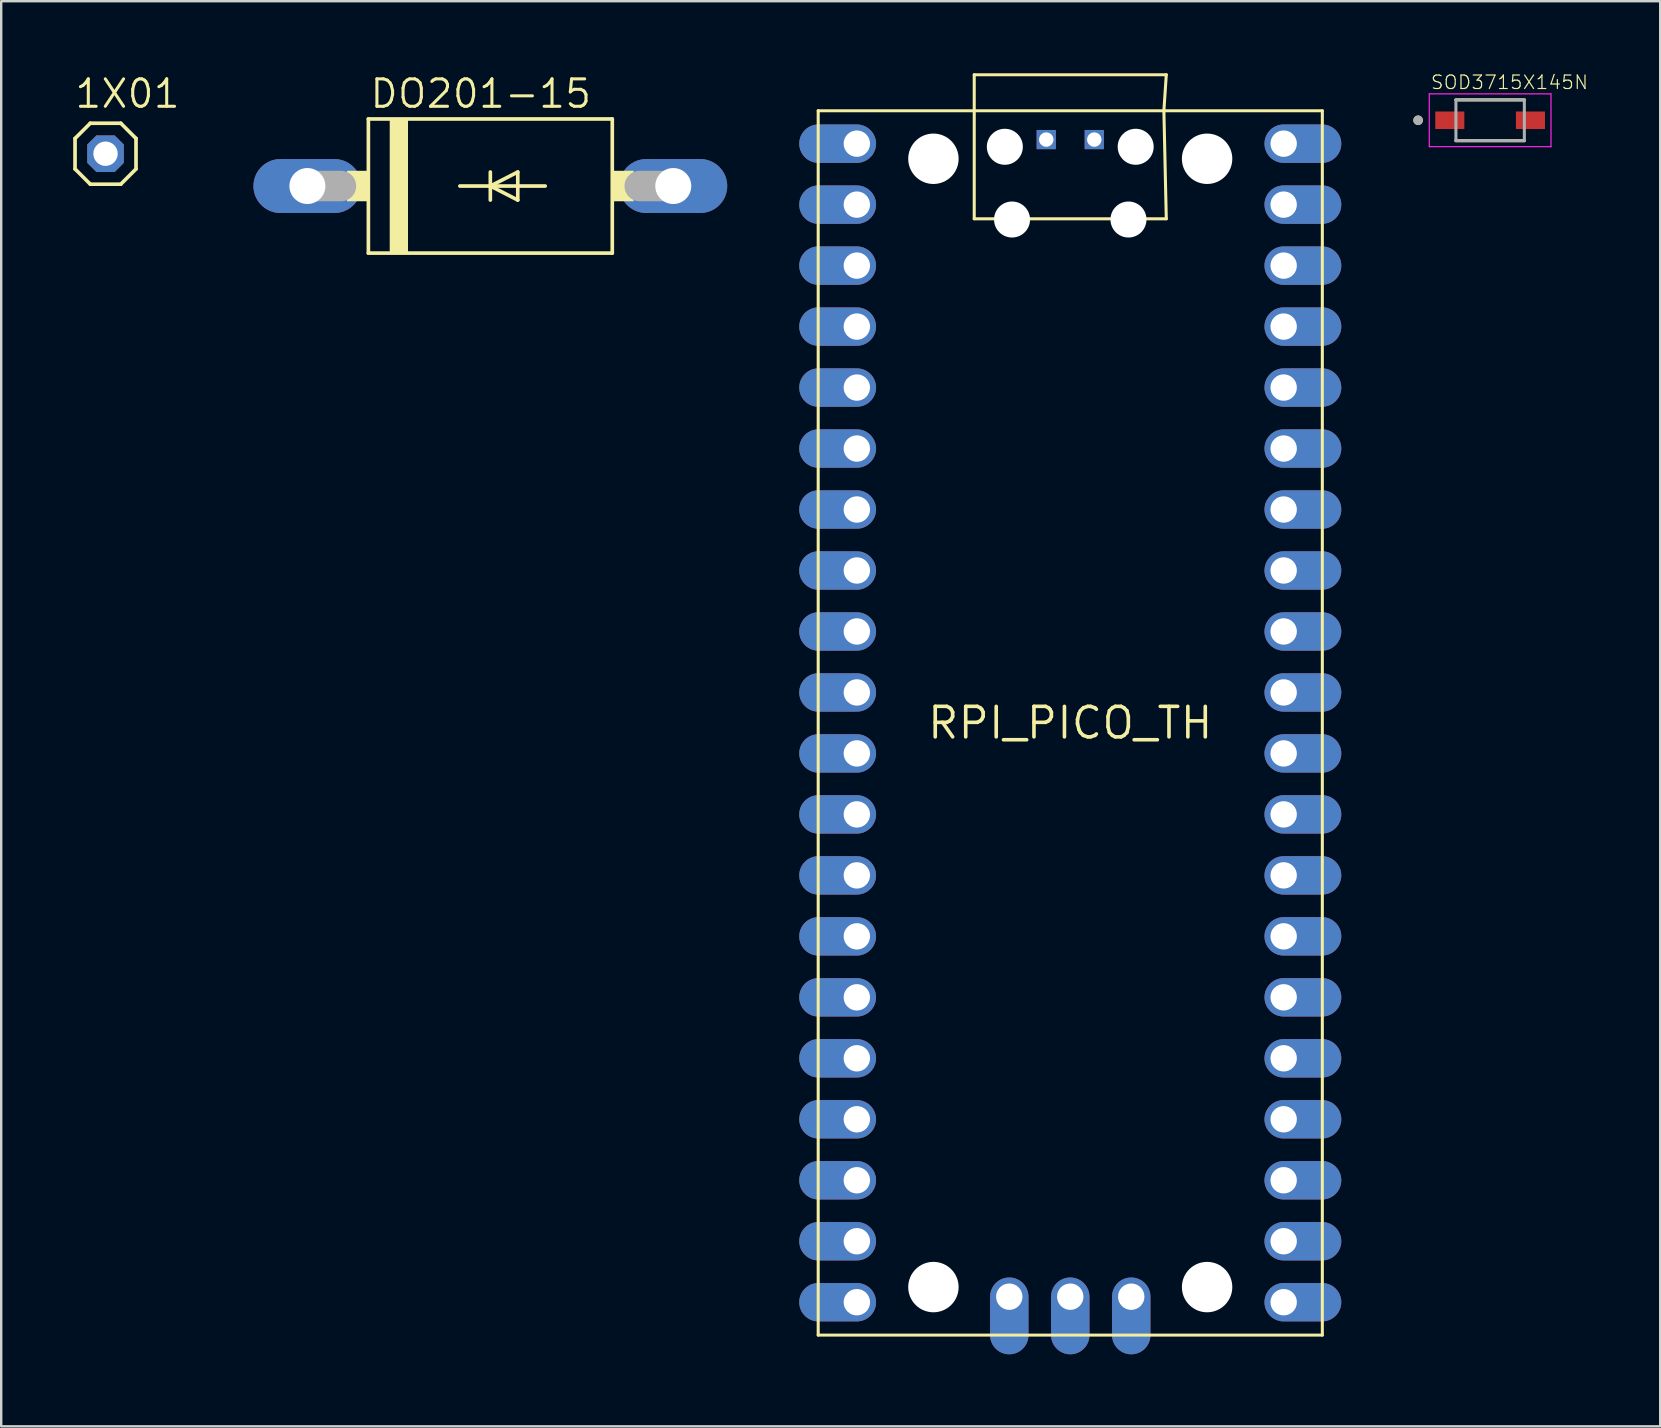
<source format=kicad_pcb>
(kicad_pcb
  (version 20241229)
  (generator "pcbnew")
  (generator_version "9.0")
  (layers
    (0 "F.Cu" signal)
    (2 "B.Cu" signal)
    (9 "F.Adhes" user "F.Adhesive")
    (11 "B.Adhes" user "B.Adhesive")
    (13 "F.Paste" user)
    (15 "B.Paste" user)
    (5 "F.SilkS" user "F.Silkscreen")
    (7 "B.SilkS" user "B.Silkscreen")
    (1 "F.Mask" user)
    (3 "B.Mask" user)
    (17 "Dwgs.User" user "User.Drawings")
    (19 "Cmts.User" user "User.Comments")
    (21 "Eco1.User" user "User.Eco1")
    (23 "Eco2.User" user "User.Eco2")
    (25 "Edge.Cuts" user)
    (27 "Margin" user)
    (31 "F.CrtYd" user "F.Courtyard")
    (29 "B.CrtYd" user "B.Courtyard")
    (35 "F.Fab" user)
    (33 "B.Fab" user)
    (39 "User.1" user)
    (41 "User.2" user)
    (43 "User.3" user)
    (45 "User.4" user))
  (footprint "SOD3715X145N"
    (layer "F.Cu")
    (at 59.022 1.96)
    (property "Reference" "SOD3715X145N" (at -2.504 -1.252 0) (layer "F.SilkS") (effects (font (size 0.562 0.562) (thickness 0.049)) (justify left bottom)))
    (fp_line (start -1.425 -0.85) (end 1.425 -0.85) (stroke (width 0.127) (type solid)) (layer "F.SilkS"))
    (fp_line (start 1.425 0.85) (end -1.425 0.85) (stroke (width 0.127) (type solid)) (layer "F.SilkS"))
    (fp_circle (center -3 0) (end -2.9 0) (stroke (width 0.2) (type solid)) (fill no) (layer "F.SilkS"))
    (fp_line (start -2.535 -1.1) (end 2.535 -1.1) (stroke (width 0.05) (type solid)) (layer "F.CrtYd"))
    (fp_line (start -2.535 1.1) (end -2.535 -1.1) (stroke (width 0.05) (type solid)) (layer "F.CrtYd"))
    (fp_line (start 2.535 -1.1) (end 2.535 1.1) (stroke (width 0.05) (type solid)) (layer "F.CrtYd"))
    (fp_line (start 2.535 1.1) (end -2.535 1.1) (stroke (width 0.05) (type solid)) (layer "F.CrtYd"))
    (fp_line (start -1.425 -0.85) (end 1.425 -0.85) (stroke (width 0.127) (type solid)) (layer "F.Fab"))
    (fp_line (start -1.425 0.85) (end -1.425 -0.85) (stroke (width 0.127) (type solid)) (layer "F.Fab"))
    (fp_line (start 1.425 -0.85) (end 1.425 0.85) (stroke (width 0.127) (type solid)) (layer "F.Fab"))
    (fp_line (start 1.425 0.85) (end -1.425 0.85) (stroke (width 0.127) (type solid)) (layer "F.Fab"))
    (fp_circle (center -3 0) (end -2.9 0) (stroke (width 0.2) (type solid)) (fill no) (layer "F.Fab"))
    (pad "A" smd rect (at 1.68 0) (size 1.21 0.73) (layers "F.Cu" "F.Mask" "F.Paste"))
    (pad "C" smd rect (at -1.68 0) (size 1.21 0.73) (layers "F.Cu" "F.Mask" "F.Paste")))
  (footprint "1X01"
    (layer "F.Cu")
    (at 1.346 3.353)
    (property "Reference" "1X01" (at -1.346 -1.829 0) (layer "F.SilkS") (effects (font (size 1.143 1.143) (thickness 0.127)) (justify left bottom)))
    (fp_line (start -1.27 -0.635) (end -1.27 0.635) (stroke (width 0.152) (type solid)) (layer "F.SilkS"))
    (fp_line (start -1.27 0.635) (end -0.635 1.27) (stroke (width 0.152) (type solid)) (layer "F.SilkS"))
    (fp_line (start -0.635 -1.27) (end -1.27 -0.635) (stroke (width 0.152) (type solid)) (layer "F.SilkS"))
    (fp_line (start -0.635 -1.27) (end 0.635 -1.27) (stroke (width 0.152) (type solid)) (layer "F.SilkS"))
    (fp_line (start 0.635 -1.27) (end 1.27 -0.635) (stroke (width 0.152) (type solid)) (layer "F.SilkS"))
    (fp_line (start 0.635 1.27) (end -0.635 1.27) (stroke (width 0.152) (type solid)) (layer "F.SilkS"))
    (fp_line (start 1.27 -0.635) (end 1.27 0.635) (stroke (width 0.152) (type solid)) (layer "F.SilkS"))
    (fp_line (start 1.27 0.635) (end 0.635 1.27) (stroke (width 0.152) (type solid)) (layer "F.SilkS"))
    (fp_poly (pts (xy -0.254 0.254) (xy 0.254 0.254) (xy 0.254 -0.254) (xy -0.254 -0.254)) (stroke (width 0.1) (type solid)) (fill no) (layer "F.Fab"))
    (pad "1" thru_hole roundrect (at 0 0) (size 1.524 1.524) (drill 1.016) (layers "*.Cu" "*.Mask") (roundrect_rratio 0.25) (chamfer_ratio 0.25) (chamfer top_left top_right bottom_left bottom_right)))
  (footprint "DO201-15"
    (layer "F.Cu")
    (at 17.375 4.699)
    (property "Reference" "DO201-15" (at -5.08 -3.175 0) (layer "F.SilkS") (effects (font (size 1.143 1.143) (thickness 0.127)) (justify left bottom)))
    (fp_line (start -5.08 -2.794) (end 5.08 -2.794) (stroke (width 0.152) (type solid)) (layer "F.SilkS"))
    (fp_line (start -5.08 2.794) (end -5.08 -2.794) (stroke (width 0.152) (type solid)) (layer "F.SilkS"))
    (fp_line (start -1.27 0) (end 0 0) (stroke (width 0.152) (type solid)) (layer "F.SilkS"))
    (fp_line (start 0 -0.584) (end 0 0) (stroke (width 0.152) (type solid)) (layer "F.SilkS"))
    (fp_line (start 0 0) (end 0 0.584) (stroke (width 0.152) (type solid)) (layer "F.SilkS"))
    (fp_line (start 0 0) (end 1.143 -0.584) (stroke (width 0.152) (type solid)) (layer "F.SilkS"))
    (fp_line (start 0 0) (end 2.286 0) (stroke (width 0.152) (type solid)) (layer "F.SilkS"))
    (fp_line (start 1.143 -0.584) (end 1.143 0.584) (stroke (width 0.152) (type solid)) (layer "F.SilkS"))
    (fp_line (start 1.143 0.584) (end 0 0) (stroke (width 0.152) (type solid)) (layer "F.SilkS"))
    (fp_line (start 5.08 -2.794) (end 5.08 2.794) (stroke (width 0.152) (type solid)) (layer "F.SilkS"))
    (fp_line (start 5.08 2.794) (end -5.08 2.794) (stroke (width 0.152) (type solid)) (layer "F.SilkS"))
    (fp_poly (pts (xy -5.969 0.635) (xy -5.08 0.635) (xy -5.08 -0.635) (xy -5.969 -0.635)) (stroke (width 0) (type solid)) (fill yes) (layer "F.SilkS"))
    (fp_poly (pts (xy -4.191 2.794) (xy -3.429 2.794) (xy -3.429 -2.794) (xy -4.191 -2.794)) (stroke (width 0) (type solid)) (fill yes) (layer "F.SilkS"))
    (fp_poly (pts (xy 5.08 0.635) (xy 5.969 0.635) (xy 5.969 -0.635) (xy 5.08 -0.635)) (stroke (width 0) (type solid)) (fill yes) (layer "F.SilkS"))
    (fp_line (start -7.62 0) (end -6.223 0) (stroke (width 1.27) (type solid)) (layer "F.Fab"))
    (fp_line (start 7.62 0) (end 6.223 0) (stroke (width 1.27) (type solid)) (layer "F.Fab"))
    (pad "A" thru_hole oval (at 7.62 0) (size 4.496 2.248) (drill 1.499) (layers "*.Cu" "*.Mask"))
    (pad "C" thru_hole oval (at -7.62 0) (size 4.496 2.248) (drill 1.499) (layers "*.Cu" "*.Mask")))
  (footprint "RPI_PICO_TH"
    (layer "F.Cu")
    (at 41.532 27.064)
    (property "Reference" "RPI_PICO_TH" (at 0 0 0) (layer "F.SilkS") (effects (font (size 1.27 1.27) (thickness 0.15))))
    (fp_line (start -10.5 -25.5) (end -4 -25.5) (stroke (width 0.127) (type solid)) (layer "F.SilkS"))
    (fp_line (start -10.5 25.5) (end -10.5 -25.5) (stroke (width 0.127) (type solid)) (layer "F.SilkS"))
    (fp_line (start -4 -27) (end 4 -27) (stroke (width 0.127) (type solid)) (layer "F.SilkS"))
    (fp_line (start -4 -25.5) (end -4 -27) (stroke (width 0.127) (type solid)) (layer "F.SilkS"))
    (fp_line (start -4 -25.5) (end -4 -21) (stroke (width 0.127) (type solid)) (layer "F.SilkS"))
    (fp_line (start -4 -25.5) (end 3.9 -25.5) (stroke (width 0.127) (type solid)) (layer "F.SilkS"))
    (fp_line (start -4 -21) (end 4 -21) (stroke (width 0.127) (type solid)) (layer "F.SilkS"))
    (fp_line (start 3.9 -25.5) (end 10.5 -25.5) (stroke (width 0.127) (type solid)) (layer "F.SilkS"))
    (fp_line (start 4 -27) (end 3.9 -25.5) (stroke (width 0.127) (type solid)) (layer "F.SilkS"))
    (fp_line (start 4 -21) (end 3.9 -25.5) (stroke (width 0.127) (type solid)) (layer "F.SilkS"))
    (fp_line (start 10.5 -25.5) (end 10.5 25.5) (stroke (width 0.127) (type solid)) (layer "F.SilkS"))
    (fp_line (start 10.5 25.5) (end -10.5 25.5) (stroke (width 0.127) (type solid)) (layer "F.SilkS"))
    (pad "" np_thru_hole circle (at -5.7 -23.5) (size 2.1 2.1) (drill 2.1) (layers "*.Cu" "*.Mask"))
    (pad "" np_thru_hole circle (at -5.7 23.5) (size 2.1 2.1) (drill 2.1) (layers "*.Cu" "*.Mask"))
    (pad "" np_thru_hole circle (at -2.725 -24) (size 1.5 1.5) (drill 1.5) (layers "*.Cu" "*.Mask"))
    (pad "" np_thru_hole circle (at -2.425 -20.97) (size 1.5 1.5) (drill 1.5) (layers "*.Cu" "*.Mask"))
    (pad "" np_thru_hole circle (at 2.425 -20.97) (size 1.5 1.5) (drill 1.5) (layers "*.Cu" "*.Mask"))
    (pad "" np_thru_hole circle (at 2.725 -24) (size 1.5 1.5) (drill 1.5) (layers "*.Cu" "*.Mask"))
    (pad "" np_thru_hole circle (at 5.7 -23.5) (size 2.1 2.1) (drill 2.1) (layers "*.Cu" "*.Mask"))
    (pad "" np_thru_hole circle (at 5.7 23.5) (size 2.1 2.1) (drill 2.1) (layers "*.Cu" "*.Mask"))
    (pad "3V3" thru_hole oval (at 8.89 -13.97) (size 3.2 1.6) (drill 1.1 (offset 0.8 0)) (layers "*.Cu" "*.Mask"))
    (pad "3V3_EN" thru_hole oval (at 8.89 -16.51) (size 3.2 1.6) (drill 1.1 (offset 0.8 0)) (layers "*.Cu" "*.Mask"))
    (pad "ADC_VREF" thru_hole oval (at 8.89 -11.43) (size 3.2 1.6) (drill 1.1 (offset 0.8 0)) (layers "*.Cu" "*.Mask"))
    (pad "AGND" thru_hole oval (at 8.89 -6.35) (size 3.2 1.6) (drill 1.1 (offset 0.8 0)) (layers "*.Cu" "*.Mask"))
    (pad "GND@1" thru_hole oval (at -8.89 -19.05 180) (size 3.2 1.6) (drill 1.1 (offset 0.8 0)) (layers "*.Cu" "*.Mask"))
    (pad "GND@2" thru_hole oval (at -8.89 -6.35 180) (size 3.2 1.6) (drill 1.1 (offset 0.8 0)) (layers "*.Cu" "*.Mask"))
    (pad "GND@3" thru_hole oval (at -8.89 6.35 180) (size 3.2 1.6) (drill 1.1 (offset 0.8 0)) (layers "*.Cu" "*.Mask"))
    (pad "GND@4" thru_hole oval (at -8.89 19.05 180) (size 3.2 1.6) (drill 1.1 (offset 0.8 0)) (layers "*.Cu" "*.Mask"))
    (pad "GND@5" thru_hole oval (at 0 23.9 270) (size 3.2 1.6) (drill 1.1 (offset 0.8 0)) (layers "*.Cu" "*.Mask"))
    (pad "GND@6" thru_hole oval (at 8.89 19.05) (size 3.2 1.6) (drill 1.1 (offset 0.8 0)) (layers "*.Cu" "*.Mask"))
    (pad "GND@7" thru_hole oval (at 8.89 6.35) (size 3.2 1.6) (drill 1.1 (offset 0.8 0)) (layers "*.Cu" "*.Mask"))
    (pad "GND@8" thru_hole oval (at 8.89 -19.05) (size 3.2 1.6) (drill 1.1 (offset 0.8 0)) (layers "*.Cu" "*.Mask"))
    (pad "GP0" thru_hole oval (at -8.89 -24.13 180) (size 3.2 1.6) (drill 1.1 (offset 0.8 0)) (layers "*.Cu" "*.Mask"))
    (pad "GP1" thru_hole oval (at -8.89 -21.59 180) (size 3.2 1.6) (drill 1.1 (offset 0.8 0)) (layers "*.Cu" "*.Mask"))
    (pad "GP2" thru_hole oval (at -8.89 -16.51 180) (size 3.2 1.6) (drill 1.1 (offset 0.8 0)) (layers "*.Cu" "*.Mask"))
    (pad "GP3" thru_hole oval (at -8.89 -13.97 180) (size 3.2 1.6) (drill 1.1 (offset 0.8 0)) (layers "*.Cu" "*.Mask"))
    (pad "GP4" thru_hole oval (at -8.89 -11.43 180) (size 3.2 1.6) (drill 1.1 (offset 0.8 0)) (layers "*.Cu" "*.Mask"))
    (pad "GP5" thru_hole oval (at -8.89 -8.89 180) (size 3.2 1.6) (drill 1.1 (offset 0.8 0)) (layers "*.Cu" "*.Mask"))
    (pad "GP6" thru_hole oval (at -8.89 -3.81 180) (size 3.2 1.6) (drill 1.1 (offset 0.8 0)) (layers "*.Cu" "*.Mask"))
    (pad "GP7" thru_hole oval (at -8.89 -1.27 180) (size 3.2 1.6) (drill 1.1 (offset 0.8 0)) (layers "*.Cu" "*.Mask"))
    (pad "GP8" thru_hole oval (at -8.89 1.27 180) (size 3.2 1.6) (drill 1.1 (offset 0.8 0)) (layers "*.Cu" "*.Mask"))
    (pad "GP9" thru_hole oval (at -8.89 3.81 180) (size 3.2 1.6) (drill 1.1 (offset 0.8 0)) (layers "*.Cu" "*.Mask"))
    (pad "GP10" thru_hole oval (at -8.89 8.89 180) (size 3.2 1.6) (drill 1.1 (offset 0.8 0)) (layers "*.Cu" "*.Mask"))
    (pad "GP11" thru_hole oval (at -8.89 11.43 180) (size 3.2 1.6) (drill 1.1 (offset 0.8 0)) (layers "*.Cu" "*.Mask"))
    (pad "GP12" thru_hole oval (at -8.89 13.97 180) (size 3.2 1.6) (drill 1.1 (offset 0.8 0)) (layers "*.Cu" "*.Mask"))
    (pad "GP13" thru_hole oval (at -8.89 16.51 180) (size 3.2 1.6) (drill 1.1 (offset 0.8 0)) (layers "*.Cu" "*.Mask"))
    (pad "GP14" thru_hole oval (at -8.89 21.59 180) (size 3.2 1.6) (drill 1.1 (offset 0.8 0)) (layers "*.Cu" "*.Mask"))
    (pad "GP15" thru_hole oval (at -8.89 24.13 180) (size 3.2 1.6) (drill 1.1 (offset 0.8 0)) (layers "*.Cu" "*.Mask"))
    (pad "GP16" thru_hole oval (at 8.89 24.13) (size 3.2 1.6) (drill 1.1 (offset 0.8 0)) (layers "*.Cu" "*.Mask"))
    (pad "GP17" thru_hole oval (at 8.89 21.59) (size 3.2 1.6) (drill 1.1 (offset 0.8 0)) (layers "*.Cu" "*.Mask"))
    (pad "GP18" thru_hole oval (at 8.89 16.51) (size 3.2 1.6) (drill 1.1 (offset 0.8 0)) (layers "*.Cu" "*.Mask"))
    (pad "GP19" thru_hole oval (at 8.89 13.97) (size 3.2 1.6) (drill 1.1 (offset 0.8 0)) (layers "*.Cu" "*.Mask"))
    (pad "GP20" thru_hole oval (at 8.89 11.43) (size 3.2 1.6) (drill 1.1 (offset 0.8 0)) (layers "*.Cu" "*.Mask"))
    (pad "GP21" thru_hole oval (at 8.89 8.89) (size 3.2 1.6) (drill 1.1 (offset 0.8 0)) (layers "*.Cu" "*.Mask"))
    (pad "GP22" thru_hole oval (at 8.89 3.81) (size 3.2 1.6) (drill 1.1 (offset 0.8 0)) (layers "*.Cu" "*.Mask"))
    (pad "GP26_A0" thru_hole oval (at 8.89 -1.27) (size 3.2 1.6) (drill 1.1 (offset 0.8 0)) (layers "*.Cu" "*.Mask"))
    (pad "GP27_A1" thru_hole oval (at 8.89 -3.81) (size 3.2 1.6) (drill 1.1 (offset 0.8 0)) (layers "*.Cu" "*.Mask"))
    (pad "GP28_A2" thru_hole oval (at 8.89 -8.89) (size 3.2 1.6) (drill 1.1 (offset 0.8 0)) (layers "*.Cu" "*.Mask"))
    (pad "RUN" thru_hole oval (at 8.89 1.27) (size 3.2 1.6) (drill 1.1 (offset 0.8 0)) (layers "*.Cu" "*.Mask"))
    (pad "SWCLK" thru_hole oval (at -2.54 23.9 270) (size 3.2 1.6) (drill 1.1 (offset 0.8 0)) (layers "*.Cu" "*.Mask"))
    (pad "SWDIO" thru_hole oval (at 2.54 23.9 270) (size 3.2 1.6) (drill 1.1 (offset 0.8 0)) (layers "*.Cu" "*.Mask"))
    (pad "TP2" thru_hole rect (at 1 -24.3) (size 0.8 0.8) (drill 0.6) (layers "*.Cu" "*.Mask"))
    (pad "TP3" thru_hole rect (at -1 -24.3) (size 0.8 0.8) (drill 0.6) (layers "*.Cu" "*.Mask"))
    (pad "VBUS" thru_hole oval (at 8.89 -24.13) (size 3.2 1.6) (drill 1.1 (offset 0.8 0)) (layers "*.Cu" "*.Mask"))
    (pad "VSYS" thru_hole oval (at 8.89 -21.59) (size 3.2 1.6) (drill 1.1 (offset 0.8 0)) (layers "*.Cu" "*.Mask")))
  (gr_rect
    (start -3 -3)
    (end 66.106 56.364)
    (stroke (width 0.1) (type default))
    (fill no)
    (layer "Edge.Cuts")))
</source>
